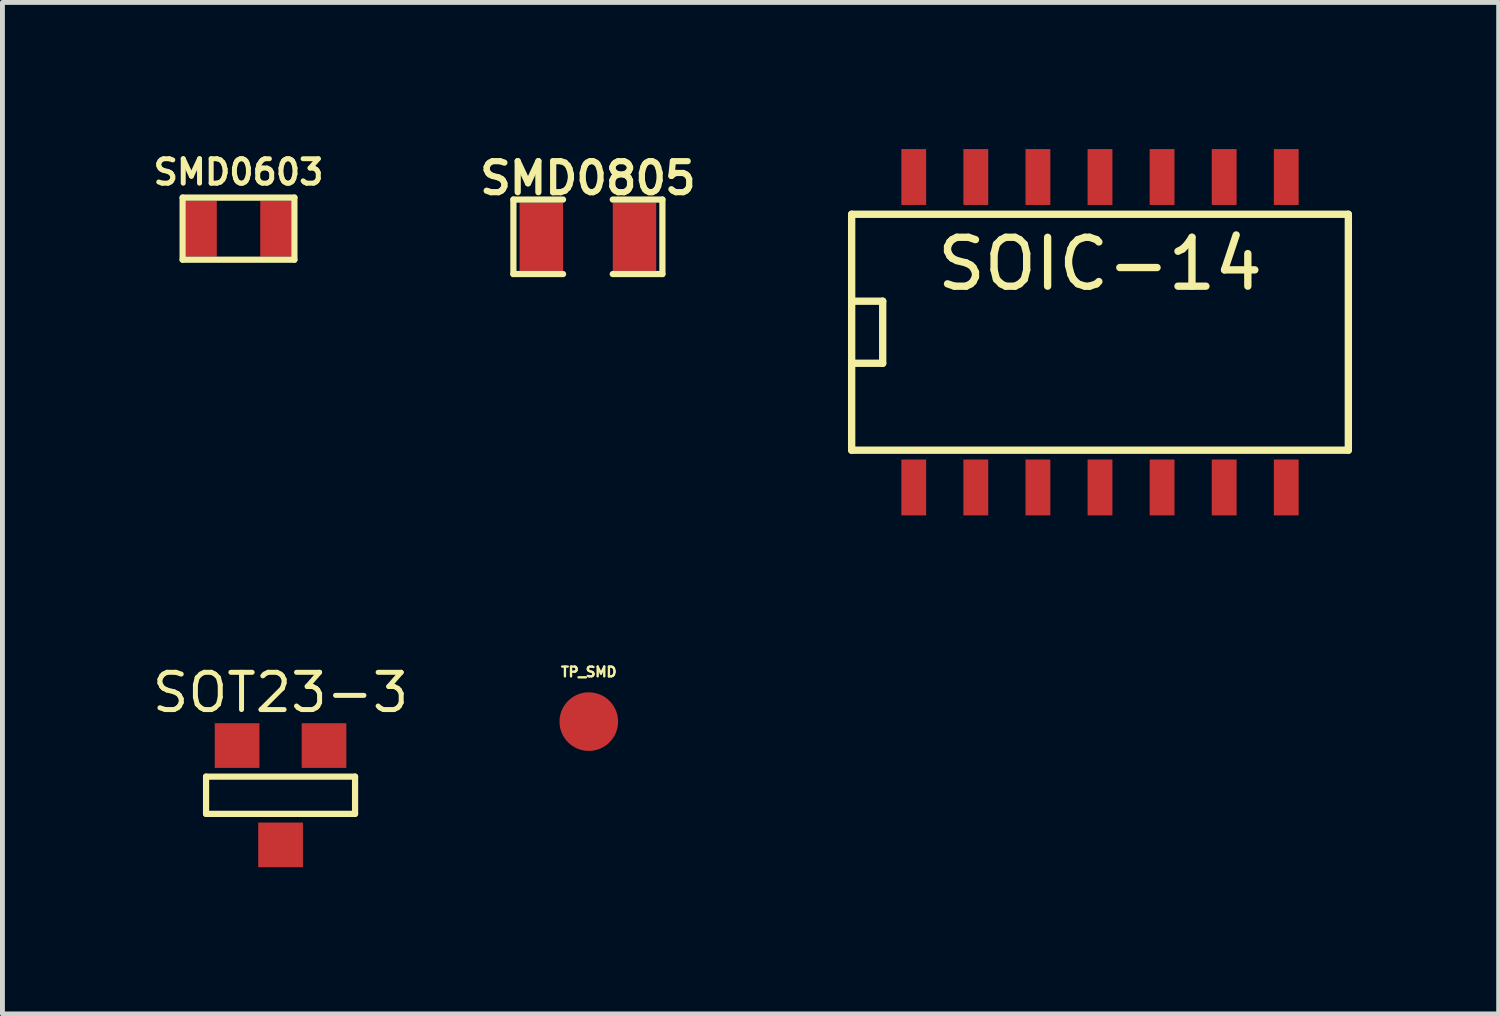
<source format=kicad_pcb>
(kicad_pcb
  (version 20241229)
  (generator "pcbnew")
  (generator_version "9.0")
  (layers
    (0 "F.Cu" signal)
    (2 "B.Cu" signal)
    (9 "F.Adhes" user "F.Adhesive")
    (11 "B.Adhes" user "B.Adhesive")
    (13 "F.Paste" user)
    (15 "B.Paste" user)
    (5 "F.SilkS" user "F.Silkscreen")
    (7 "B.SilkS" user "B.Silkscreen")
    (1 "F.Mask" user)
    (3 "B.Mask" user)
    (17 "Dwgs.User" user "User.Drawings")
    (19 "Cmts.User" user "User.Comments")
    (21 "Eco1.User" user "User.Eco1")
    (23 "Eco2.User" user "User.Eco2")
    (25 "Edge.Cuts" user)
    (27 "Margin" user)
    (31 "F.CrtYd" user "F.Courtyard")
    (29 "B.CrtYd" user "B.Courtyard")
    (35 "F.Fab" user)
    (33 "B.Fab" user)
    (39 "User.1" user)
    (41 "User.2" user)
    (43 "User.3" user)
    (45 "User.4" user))
  (footprint "SOIC-14"
    (layer "F.Cu")
    (at 19.451 3.619)
    (property "Reference" "SOIC-14" (at 0 -1.27 0) (layer "F.SilkS") (effects (font (size 1 1) (thickness 0.15))))
    (attr smd)
    (fp_line (start -5.08 -2.286) (end 5.08 -2.286) (stroke (width 0.15) (type solid)) (layer "F.SilkS"))
    (fp_line (start -5.08 -0.508) (end -4.445 -0.508) (stroke (width 0.15) (type solid)) (layer "F.SilkS"))
    (fp_line (start -5.08 2.54) (end -5.08 -2.286) (stroke (width 0.15) (type solid)) (layer "F.SilkS"))
    (fp_line (start -4.445 -0.508) (end -4.445 0.762) (stroke (width 0.15) (type solid)) (layer "F.SilkS"))
    (fp_line (start -4.445 0.762) (end -5.08 0.762) (stroke (width 0.15) (type solid)) (layer "F.SilkS"))
    (fp_line (start 5.08 -2.286) (end 5.08 2.54) (stroke (width 0.15) (type solid)) (layer "F.SilkS"))
    (fp_line (start 5.08 2.54) (end -5.08 2.54) (stroke (width 0.15) (type solid)) (layer "F.SilkS"))
    (pad "1" smd rect (at -3.81 3.302) (size 0.508 1.143) (layers "F.Cu" "F.Mask" "F.Paste"))
    (pad "2" smd rect (at -2.54 3.302) (size 0.508 1.143) (layers "F.Cu" "F.Mask" "F.Paste"))
    (pad "3" smd rect (at -1.27 3.302) (size 0.508 1.143) (layers "F.Cu" "F.Mask" "F.Paste"))
    (pad "4" smd rect (at 0 3.302) (size 0.508 1.143) (layers "F.Cu" "F.Mask" "F.Paste"))
    (pad "5" smd rect (at 1.27 3.302) (size 0.508 1.143) (layers "F.Cu" "F.Mask" "F.Paste"))
    (pad "6" smd rect (at 2.54 3.302) (size 0.508 1.143) (layers "F.Cu" "F.Mask" "F.Paste"))
    (pad "7" smd rect (at 3.81 3.302) (size 0.508 1.143) (layers "F.Cu" "F.Mask" "F.Paste"))
    (pad "8" smd rect (at 3.81 -3.048) (size 0.508 1.143) (layers "F.Cu" "F.Mask" "F.Paste"))
    (pad "9" smd rect (at 2.54 -3.048) (size 0.508 1.143) (layers "F.Cu" "F.Mask" "F.Paste"))
    (pad "10" smd rect (at 1.27 -3.048) (size 0.508 1.143) (layers "F.Cu" "F.Mask" "F.Paste"))
    (pad "11" smd rect (at 0 -3.048) (size 0.508 1.143) (layers "F.Cu" "F.Mask" "F.Paste"))
    (pad "12" smd rect (at -1.27 -3.048) (size 0.508 1.143) (layers "F.Cu" "F.Mask" "F.Paste"))
    (pad "13" smd rect (at -2.54 -3.048) (size 0.508 1.143) (layers "F.Cu" "F.Mask" "F.Paste"))
    (pad "14" smd rect (at -3.81 -3.048) (size 0.508 1.143) (layers "F.Cu" "F.Mask" "F.Paste")))
  (footprint "SMD0603"
    (layer "F.Cu")
    (at 1.829 1.627)
    (property "Reference" "SMD0603" (at 0 -1.156 0) (layer "F.SilkS") (effects (font (size 0.5 0.5) (thickness 0.102))))
    (attr smd)
    (fp_line (start -1.143 -0.635) (end 1.143 -0.635) (stroke (width 0.127) (type solid)) (layer "F.SilkS"))
    (fp_line (start -1.143 0.635) (end -1.143 -0.635) (stroke (width 0.127) (type solid)) (layer "F.SilkS"))
    (fp_line (start 1.143 -0.635) (end 1.143 0.635) (stroke (width 0.127) (type solid)) (layer "F.SilkS"))
    (fp_line (start 1.143 0.635) (end -1.143 0.635) (stroke (width 0.127) (type solid)) (layer "F.SilkS"))
    (pad "1" smd rect (at -0.762 0) (size 0.635 1.143) (layers "F.Cu" "F.Mask" "F.Paste"))
    (pad "2" smd rect (at 0.762 0) (size 0.635 1.143) (layers "F.Cu" "F.Mask" "F.Paste")))
  (footprint "SOT23-3"
    (layer "F.Cu")
    (at 2.689 13.217)
    (property "Reference" "SOT23-3" (at 0 -2.1 0) (layer "F.SilkS") (effects (font (size 0.762 0.762) (thickness 0.102))))
    (attr smd)
    (fp_line (start -1.524 -0.381) (end 1.524 -0.381) (stroke (width 0.127) (type solid)) (layer "F.SilkS"))
    (fp_line (start -1.524 0.381) (end -1.524 -0.381) (stroke (width 0.127) (type solid)) (layer "F.SilkS"))
    (fp_line (start 1.524 -0.381) (end 1.524 0.381) (stroke (width 0.127) (type solid)) (layer "F.SilkS"))
    (fp_line (start 1.524 0.381) (end -1.524 0.381) (stroke (width 0.127) (type solid)) (layer "F.SilkS"))
    (pad "1" smd rect (at 0.889 -1.016) (size 0.914 0.914) (layers "F.Cu" "F.Mask" "F.Paste"))
    (pad "2" smd rect (at -0.889 -1.016) (size 0.914 0.914) (layers "F.Cu" "F.Mask" "F.Paste"))
    (pad "3" smd rect (at 0 1.016) (size 0.914 0.914) (layers "F.Cu" "F.Mask" "F.Paste")))
  (footprint "SMD0805"
    (layer "F.Cu")
    (at 8.976 1.794)
    (property "Reference" "SMD0805" (at 0 -1.2 0) (layer "F.SilkS") (effects (font (size 0.635 0.635) (thickness 0.127))))
    (attr smd)
    (fp_line (start -1.524 -0.762) (end -0.508 -0.762) (stroke (width 0.127) (type solid)) (layer "F.SilkS"))
    (fp_line (start -1.524 0.762) (end -1.524 -0.762) (stroke (width 0.127) (type solid)) (layer "F.SilkS"))
    (fp_line (start -0.508 0.762) (end -1.524 0.762) (stroke (width 0.127) (type solid)) (layer "F.SilkS"))
    (fp_line (start 0.508 -0.762) (end 1.524 -0.762) (stroke (width 0.127) (type solid)) (layer "F.SilkS"))
    (fp_line (start 1.524 -0.762) (end 1.524 0.762) (stroke (width 0.127) (type solid)) (layer "F.SilkS"))
    (fp_line (start 1.524 0.762) (end 0.508 0.762) (stroke (width 0.127) (type solid)) (layer "F.SilkS"))
    (pad "1" smd rect (at -0.953 0) (size 0.889 1.397) (layers "F.Cu" "F.Mask" "F.Paste"))
    (pad "2" smd rect (at 0.953 0) (size 0.889 1.397) (layers "F.Cu" "F.Mask" "F.Paste")))
  (footprint "TP_SMD"
    (layer "F.Cu")
    (at 8.994 11.711)
    (property "Reference" "TP_SMD" (at 0 -1.016 0) (layer "F.SilkS") (effects (font (size 0.201 0.201) (thickness 0.048))))
    (attr through_hole)
    (pad "1" smd circle (at 0 0) (size 1.199 1.199) (layers "F.Cu" "F.Mask" "F.Paste")))
  (gr_rect
    (start -3 -3)
    (end 27.606 17.69)
    (stroke (width 0.1) (type default))
    (fill no)
    (layer "Edge.Cuts")))
</source>
